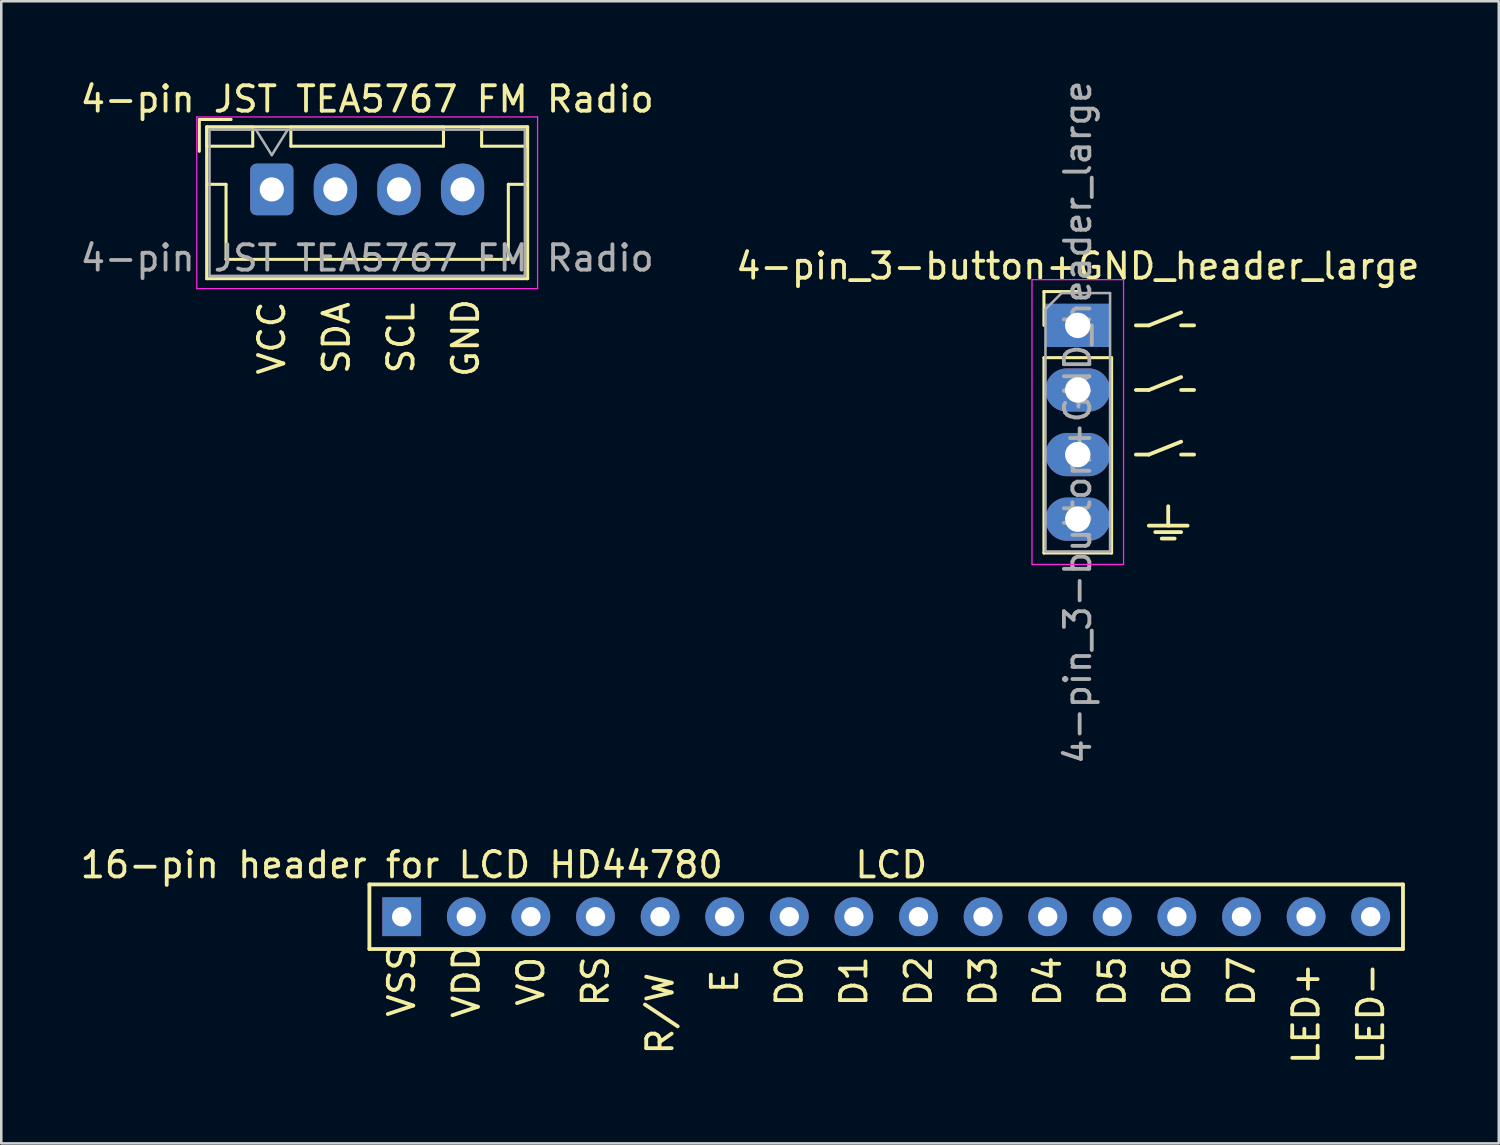
<source format=kicad_pcb>
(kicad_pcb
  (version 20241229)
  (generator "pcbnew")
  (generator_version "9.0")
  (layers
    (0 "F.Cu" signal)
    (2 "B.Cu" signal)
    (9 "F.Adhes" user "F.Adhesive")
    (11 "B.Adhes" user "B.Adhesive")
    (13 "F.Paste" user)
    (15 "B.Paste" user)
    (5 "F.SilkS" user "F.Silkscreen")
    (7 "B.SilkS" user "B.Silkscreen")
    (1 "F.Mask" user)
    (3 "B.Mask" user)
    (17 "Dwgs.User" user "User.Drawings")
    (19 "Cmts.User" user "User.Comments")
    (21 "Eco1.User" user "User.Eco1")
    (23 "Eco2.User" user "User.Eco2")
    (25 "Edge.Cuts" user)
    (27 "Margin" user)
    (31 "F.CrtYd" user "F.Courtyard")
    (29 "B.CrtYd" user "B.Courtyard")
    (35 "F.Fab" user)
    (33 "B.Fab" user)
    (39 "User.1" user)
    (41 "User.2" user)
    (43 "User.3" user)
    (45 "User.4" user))
  (footprint "4-pin_3-button+GND_header_large"
    (layer "F.Cu")
    (at 39.327 9.744)
    (property "Reference" "4-pin_3-button+GND_header_large" (at 0 -2.33 0) (layer "F.SilkS") (effects (font (size 1 1) (thickness 0.15))))
    (attr through_hole)
    (fp_line (start -1.33 -1.33) (end 0 -1.33) (stroke (width 0.12) (type solid)) (layer "F.SilkS"))
    (fp_line (start -1.33 0) (end -1.33 -1.33) (stroke (width 0.12) (type solid)) (layer "F.SilkS"))
    (fp_line (start -1.33 1.27) (end -1.33 8.95) (stroke (width 0.12) (type solid)) (layer "F.SilkS"))
    (fp_line (start -1.33 1.27) (end 1.33 1.27) (stroke (width 0.12) (type solid)) (layer "F.SilkS"))
    (fp_line (start -1.33 8.95) (end 1.33 8.95) (stroke (width 0.12) (type solid)) (layer "F.SilkS"))
    (fp_line (start 1.33 1.27) (end 1.33 8.95) (stroke (width 0.12) (type solid)) (layer "F.SilkS"))
    (fp_line (start 2.286 0) (end 2.794 0) (stroke (width 0.15) (type solid)) (layer "F.SilkS"))
    (fp_line (start 2.286 2.54) (end 2.794 2.54) (stroke (width 0.15) (type solid)) (layer "F.SilkS"))
    (fp_line (start 2.286 5.08) (end 2.794 5.08) (stroke (width 0.15) (type solid)) (layer "F.SilkS"))
    (fp_line (start 2.794 0) (end 4.064 -0.508) (stroke (width 0.15) (type solid)) (layer "F.SilkS"))
    (fp_line (start 2.794 2.54) (end 4.064 2.032) (stroke (width 0.15) (type solid)) (layer "F.SilkS"))
    (fp_line (start 2.794 5.08) (end 4.064 4.572) (stroke (width 0.15) (type solid)) (layer "F.SilkS"))
    (fp_line (start 2.794 7.874) (end 4.318 7.874) (stroke (width 0.15) (type solid)) (layer "F.SilkS"))
    (fp_line (start 3.048 8.128) (end 4.064 8.128) (stroke (width 0.15) (type solid)) (layer "F.SilkS"))
    (fp_line (start 3.302 8.382) (end 3.81 8.382) (stroke (width 0.15) (type solid)) (layer "F.SilkS"))
    (fp_line (start 3.556 7.874) (end 3.556 7.112) (stroke (width 0.15) (type solid)) (layer "F.SilkS"))
    (fp_line (start 4.064 0) (end 4.572 0) (stroke (width 0.15) (type solid)) (layer "F.SilkS"))
    (fp_line (start 4.064 2.54) (end 4.572 2.54) (stroke (width 0.15) (type solid)) (layer "F.SilkS"))
    (fp_line (start 4.064 5.08) (end 4.572 5.08) (stroke (width 0.15) (type solid)) (layer "F.SilkS"))
    (fp_line (start -1.8 -1.8) (end -1.8 9.4) (stroke (width 0.05) (type solid)) (layer "F.CrtYd"))
    (fp_line (start -1.8 9.4) (end 1.8 9.4) (stroke (width 0.05) (type solid)) (layer "F.CrtYd"))
    (fp_line (start 1.8 -1.8) (end -1.8 -1.8) (stroke (width 0.05) (type solid)) (layer "F.CrtYd"))
    (fp_line (start 1.8 9.4) (end 1.8 -1.8) (stroke (width 0.05) (type solid)) (layer "F.CrtYd"))
    (fp_line (start -1.27 -0.635) (end -0.635 -1.27) (stroke (width 0.1) (type solid)) (layer "F.Fab"))
    (fp_line (start -1.27 8.89) (end -1.27 -0.635) (stroke (width 0.1) (type solid)) (layer "F.Fab"))
    (fp_line (start -0.635 -1.27) (end 1.27 -1.27) (stroke (width 0.1) (type solid)) (layer "F.Fab"))
    (fp_line (start 1.27 -1.27) (end 1.27 8.89) (stroke (width 0.1) (type solid)) (layer "F.Fab"))
    (fp_line (start 1.27 8.89) (end -1.27 8.89) (stroke (width 0.1) (type solid)) (layer "F.Fab"))
    (fp_text user "${REFERENCE}" (at 0 3.81 90) (layer "F.Fab") (effects (font (size 1 1) (thickness 0.15))))
    (pad "1" thru_hole rect (at 0 0) (size 2.54 1.7) (drill 1) (layers "*.Cu" "*.Mask"))
    (pad "2" thru_hole oval (at 0 2.54) (size 2.54 1.7) (drill 1) (layers "*.Cu" "*.Mask"))
    (pad "3" thru_hole oval (at 0 5.08) (size 2.54 1.7) (drill 1) (layers "*.Cu" "*.Mask"))
    (pad "4" thru_hole oval (at 0 7.62) (size 2.54 1.7) (drill 1) (layers "*.Cu" "*.Mask")))
  (footprint "4-pin JST TEA5767 FM Radio"
    (layer "F.Cu")
    (at 7.637 4.398)
    (property "Reference" "4-pin JST TEA5767 FM Radio" (at 3.75 -3.55 0) (layer "F.SilkS") (effects (font (size 1 1) (thickness 0.15))))
    (attr through_hole)
    (fp_line (start -2.85 -2.75) (end -2.85 -1.5) (stroke (width 0.12) (type solid)) (layer "F.SilkS"))
    (fp_line (start -2.56 -2.46) (end -2.56 3.51) (stroke (width 0.12) (type solid)) (layer "F.SilkS"))
    (fp_line (start -2.56 3.51) (end 10.06 3.51) (stroke (width 0.12) (type solid)) (layer "F.SilkS"))
    (fp_line (start -2.55 -2.45) (end -2.55 -1.7) (stroke (width 0.12) (type solid)) (layer "F.SilkS"))
    (fp_line (start -2.55 -1.7) (end -0.75 -1.7) (stroke (width 0.12) (type solid)) (layer "F.SilkS"))
    (fp_line (start -2.55 -0.2) (end -1.8 -0.2) (stroke (width 0.12) (type solid)) (layer "F.SilkS"))
    (fp_line (start -1.8 -0.2) (end -1.8 2.75) (stroke (width 0.12) (type solid)) (layer "F.SilkS"))
    (fp_line (start -1.8 2.75) (end 3.75 2.75) (stroke (width 0.12) (type solid)) (layer "F.SilkS"))
    (fp_line (start -1.6 -2.75) (end -2.85 -2.75) (stroke (width 0.12) (type solid)) (layer "F.SilkS"))
    (fp_line (start -0.75 -2.45) (end -2.55 -2.45) (stroke (width 0.12) (type solid)) (layer "F.SilkS"))
    (fp_line (start -0.75 -1.7) (end -0.75 -2.45) (stroke (width 0.12) (type solid)) (layer "F.SilkS"))
    (fp_line (start 0.75 -2.45) (end 0.75 -1.7) (stroke (width 0.12) (type solid)) (layer "F.SilkS"))
    (fp_line (start 0.75 -1.7) (end 6.75 -1.7) (stroke (width 0.12) (type solid)) (layer "F.SilkS"))
    (fp_line (start 6.75 -2.45) (end 0.75 -2.45) (stroke (width 0.12) (type solid)) (layer "F.SilkS"))
    (fp_line (start 6.75 -1.7) (end 6.75 -2.45) (stroke (width 0.12) (type solid)) (layer "F.SilkS"))
    (fp_line (start 8.25 -2.45) (end 8.25 -1.7) (stroke (width 0.12) (type solid)) (layer "F.SilkS"))
    (fp_line (start 8.25 -1.7) (end 10.05 -1.7) (stroke (width 0.12) (type solid)) (layer "F.SilkS"))
    (fp_line (start 9.3 -0.2) (end 9.3 2.75) (stroke (width 0.12) (type solid)) (layer "F.SilkS"))
    (fp_line (start 9.3 2.75) (end 3.75 2.75) (stroke (width 0.12) (type solid)) (layer "F.SilkS"))
    (fp_line (start 10.05 -2.45) (end 8.25 -2.45) (stroke (width 0.12) (type solid)) (layer "F.SilkS"))
    (fp_line (start 10.05 -1.7) (end 10.05 -2.45) (stroke (width 0.12) (type solid)) (layer "F.SilkS"))
    (fp_line (start 10.05 -0.2) (end 9.3 -0.2) (stroke (width 0.12) (type solid)) (layer "F.SilkS"))
    (fp_line (start 10.06 -2.46) (end -2.56 -2.46) (stroke (width 0.12) (type solid)) (layer "F.SilkS"))
    (fp_line (start 10.06 3.51) (end 10.06 -2.46) (stroke (width 0.12) (type solid)) (layer "F.SilkS"))
    (fp_line (start -2.95 -2.85) (end -2.95 3.9) (stroke (width 0.05) (type solid)) (layer "F.CrtYd"))
    (fp_line (start -2.95 3.9) (end 10.45 3.9) (stroke (width 0.05) (type solid)) (layer "F.CrtYd"))
    (fp_line (start 10.45 -2.85) (end -2.95 -2.85) (stroke (width 0.05) (type solid)) (layer "F.CrtYd"))
    (fp_line (start 10.45 3.9) (end 10.45 -2.85) (stroke (width 0.05) (type solid)) (layer "F.CrtYd"))
    (fp_line (start -2.45 -2.35) (end -2.45 3.4) (stroke (width 0.1) (type solid)) (layer "F.Fab"))
    (fp_line (start -2.45 3.4) (end 9.95 3.4) (stroke (width 0.1) (type solid)) (layer "F.Fab"))
    (fp_line (start -0.625 -2.35) (end 0 -1.35) (stroke (width 0.1) (type solid)) (layer "F.Fab"))
    (fp_line (start 0 -1.35) (end 0.625 -2.35) (stroke (width 0.1) (type solid)) (layer "F.Fab"))
    (fp_line (start 9.95 -2.35) (end -2.45 -2.35) (stroke (width 0.1) (type solid)) (layer "F.Fab"))
    (fp_line (start 9.95 3.4) (end 9.95 -2.35) (stroke (width 0.1) (type solid)) (layer "F.Fab"))
    (fp_text user "SCL" (at 5.08 5.842 90) (unlocked yes) (layer "F.SilkS") (effects (font (size 1 1) (thickness 0.15))))
    (fp_text user "SDA" (at 2.54 5.842 90) (unlocked yes) (layer "F.SilkS") (effects (font (size 1 1) (thickness 0.15))))
    (fp_text user "VCC" (at 0 5.842 90) (unlocked yes) (layer "F.SilkS") (effects (font (size 1 1) (thickness 0.15))))
    (fp_text user "GND" (at 7.62 5.842 90) (unlocked yes) (layer "F.SilkS") (effects (font (size 1 1) (thickness 0.15))))
    (fp_text user "${REFERENCE}" (at 3.75 2.7 0) (layer "F.Fab") (effects (font (size 1 1) (thickness 0.15))))
    (pad "1" thru_hole roundrect (at 0 0) (size 1.7 2.032) (drill 0.95) (layers "*.Cu" "*.Mask") (roundrect_rratio 0.147))
    (pad "2" thru_hole oval (at 2.5 0) (size 1.7 2.032) (drill 0.95) (layers "*.Cu" "*.Mask"))
    (pad "3" thru_hole oval (at 5 0) (size 1.7 2.032) (drill 0.95) (layers "*.Cu" "*.Mask"))
    (pad "4" thru_hole oval (at 7.5 0) (size 1.7 2.032) (drill 0.95) (layers "*.Cu" "*.Mask")))
  (footprint "16-pin header for LCD HD44780"
    (layer "F.Cu")
    (at 12.744 30.455)
    (property "Reference" "16-pin header for LCD HD44780" (at 0 0.5 0) (layer "F.SilkS") (effects (font (size 1 1) (thickness 0.15))))
    (attr through_hole)
    (fp_line (start -1.27 1.27) (end -1.27 3.81) (stroke (width 0.15) (type solid)) (layer "F.SilkS"))
    (fp_line (start -1.27 3.81) (end 39.37 3.81) (stroke (width 0.15) (type solid)) (layer "F.SilkS"))
    (fp_line (start 39.37 1.27) (end -1.27 1.27) (stroke (width 0.15) (type solid)) (layer "F.SilkS"))
    (fp_line (start 39.37 3.81) (end 39.37 1.27) (stroke (width 0.15) (type solid)) (layer "F.SilkS"))
    (fp_text user "D6" (at 30.48 5.08 90) (layer "F.SilkS") (effects (font (size 1 1) (thickness 0.15))))
    (fp_text user "LED+" (at 35.56 6.35 90) (layer "F.SilkS") (effects (font (size 1 1) (thickness 0.15))))
    (fp_text user "VO" (at 5.08 5.08 90) (layer "F.SilkS") (effects (font (size 1 1) (thickness 0.15))))
    (fp_text user "RS" (at 7.62 5.08 90) (layer "F.SilkS") (effects (font (size 1 1) (thickness 0.15))))
    (fp_text user "D2" (at 20.32 5.08 90) (layer "F.SilkS") (effects (font (size 1 1) (thickness 0.15))))
    (fp_text user "D5" (at 27.94 5.08 90) (layer "F.SilkS") (effects (font (size 1 1) (thickness 0.15))))
    (fp_text user "D0" (at 15.24 5.08 90) (layer "F.SilkS") (effects (font (size 1 1) (thickness 0.15))))
    (fp_text user "LED-" (at 38.1 6.35 90) (layer "F.SilkS") (effects (font (size 1 1) (thickness 0.15))))
    (fp_text user "D7" (at 33.02 5.08 90) (layer "F.SilkS") (effects (font (size 1 1) (thickness 0.15))))
    (fp_text user "R/W" (at 10.16 6.35 90) (layer "F.SilkS") (effects (font (size 1 1) (thickness 0.15))))
    (fp_text user "D1" (at 17.78 5.08 90) (layer "F.SilkS") (effects (font (size 1 1) (thickness 0.15))))
    (fp_text user "D4" (at 25.4 5.08 90) (layer "F.SilkS") (effects (font (size 1 1) (thickness 0.15))))
    (fp_text user "VDD" (at 2.54 5.08 90) (layer "F.SilkS") (effects (font (size 1 1) (thickness 0.15))))
    (fp_text user "D3" (at 22.86 5.08 90) (layer "F.SilkS") (effects (font (size 1 1) (thickness 0.15))))
    (fp_text user "LCD" (at 19.25 0.5 0) (layer "F.SilkS") (effects (font (size 1 1) (thickness 0.15))))
    (fp_text user "E" (at 12.7 5.08 90) (layer "F.SilkS") (effects (font (size 1 1) (thickness 0.15))))
    (fp_text user "VSS" (at 0 5.08 90) (layer "F.SilkS") (effects (font (size 1 1) (thickness 0.15))))
    (pad "1" thru_hole rect (at 0 2.54) (size 1.524 1.524) (drill 0.762) (layers "*.Cu" "*.Mask"))
    (pad "2" thru_hole circle (at 2.54 2.54) (size 1.524 1.524) (drill 0.762) (layers "*.Cu" "*.Mask"))
    (pad "3" thru_hole circle (at 5.08 2.54) (size 1.524 1.524) (drill 0.762) (layers "*.Cu" "*.Mask"))
    (pad "4" thru_hole circle (at 7.62 2.54) (size 1.524 1.524) (drill 0.762) (layers "*.Cu" "*.Mask"))
    (pad "5" thru_hole circle (at 10.16 2.54) (size 1.524 1.524) (drill 0.762) (layers "*.Cu" "*.Mask"))
    (pad "6" thru_hole circle (at 12.7 2.54) (size 1.524 1.524) (drill 0.762) (layers "*.Cu" "*.Mask"))
    (pad "7" thru_hole circle (at 15.24 2.54) (size 1.524 1.524) (drill 0.762) (layers "*.Cu" "*.Mask"))
    (pad "8" thru_hole circle (at 17.78 2.54) (size 1.524 1.524) (drill 0.762) (layers "*.Cu" "*.Mask"))
    (pad "9" thru_hole circle (at 20.32 2.54) (size 1.524 1.524) (drill 0.762) (layers "*.Cu" "*.Mask"))
    (pad "10" thru_hole circle (at 22.86 2.54) (size 1.524 1.524) (drill 0.762) (layers "*.Cu" "*.Mask"))
    (pad "11" thru_hole circle (at 25.4 2.54) (size 1.524 1.524) (drill 0.762) (layers "*.Cu" "*.Mask"))
    (pad "12" thru_hole circle (at 27.94 2.54) (size 1.524 1.524) (drill 0.762) (layers "*.Cu" "*.Mask"))
    (pad "13" thru_hole circle (at 30.48 2.54) (size 1.524 1.524) (drill 0.762) (layers "*.Cu" "*.Mask"))
    (pad "14" thru_hole circle (at 33.02 2.54) (size 1.524 1.524) (drill 0.762) (layers "*.Cu" "*.Mask"))
    (pad "15" thru_hole circle (at 35.56 2.54) (size 1.524 1.524) (drill 0.762) (layers "*.Cu" "*.Mask"))
    (pad "16" thru_hole circle (at 38.1 2.54) (size 1.524 1.524) (drill 0.762) (layers "*.Cu" "*.Mask")))
  (gr_rect
    (start -3 -3)
    (end 55.881 41.907)
    (stroke (width 0.1) (type default))
    (fill no)
    (layer "Edge.Cuts")))
</source>
